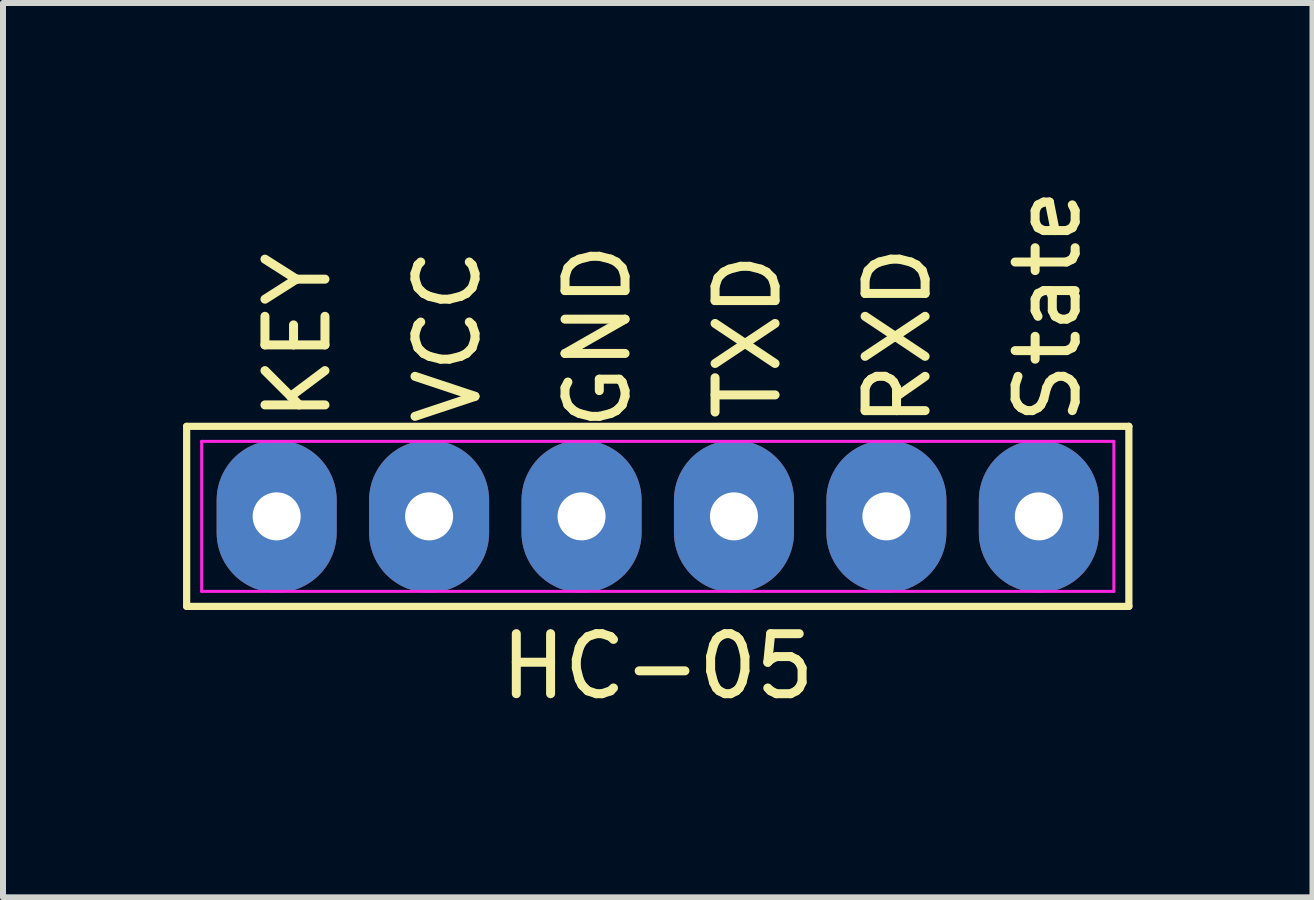
<source format=kicad_pcb>
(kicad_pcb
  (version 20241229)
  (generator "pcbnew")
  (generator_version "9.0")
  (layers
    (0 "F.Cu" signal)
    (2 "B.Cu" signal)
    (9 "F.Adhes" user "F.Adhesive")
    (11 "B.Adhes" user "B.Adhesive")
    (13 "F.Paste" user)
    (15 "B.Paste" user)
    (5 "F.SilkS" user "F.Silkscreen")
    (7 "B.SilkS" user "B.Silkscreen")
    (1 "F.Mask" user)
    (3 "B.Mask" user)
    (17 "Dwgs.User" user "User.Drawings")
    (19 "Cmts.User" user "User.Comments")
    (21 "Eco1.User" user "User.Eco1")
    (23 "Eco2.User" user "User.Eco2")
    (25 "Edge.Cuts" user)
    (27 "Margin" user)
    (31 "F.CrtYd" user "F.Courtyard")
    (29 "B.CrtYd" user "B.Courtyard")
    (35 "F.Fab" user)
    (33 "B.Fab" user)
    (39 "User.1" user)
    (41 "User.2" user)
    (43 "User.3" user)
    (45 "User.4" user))
  (footprint "HC-05"
    (layer "F.Cu")
    (at 7.91 5.554)
    (property "Reference" "HC-05" (at 0 2.5 0) (layer "F.SilkS") (effects (font (size 1 1) (thickness 0.15))))
    (fp_line (start -7.85 -1.5) (end 7.85 -1.5) (stroke (width 0.12) (type solid)) (layer "F.SilkS"))
    (fp_line (start -7.85 1.5) (end -7.85 -1.5) (stroke (width 0.12) (type solid)) (layer "F.SilkS"))
    (fp_line (start 7.85 -1.5) (end 7.85 1.5) (stroke (width 0.12) (type solid)) (layer "F.SilkS"))
    (fp_line (start 7.85 1.5) (end -7.85 1.5) (stroke (width 0.12) (type solid)) (layer "F.SilkS"))
    (fp_line (start -7.6 -1.25) (end 7.6 -1.25) (stroke (width 0.05) (type solid)) (layer "F.CrtYd"))
    (fp_line (start -7.6 1.25) (end -7.6 -1.25) (stroke (width 0.05) (type solid)) (layer "F.CrtYd"))
    (fp_line (start 7.6 -1.25) (end 7.6 1.25) (stroke (width 0.05) (type solid)) (layer "F.CrtYd"))
    (fp_line (start 7.6 1.25) (end -7.6 1.25) (stroke (width 0.05) (type solid)) (layer "F.CrtYd"))
    (fp_text user "State" (at 6.5 -3.5 90) (unlocked yes) (layer "F.SilkS") (effects (font (size 1 1) (thickness 0.15))))
    (fp_text user "RXD" (at 4 -3 90) (unlocked yes) (layer "F.SilkS") (effects (font (size 1 1) (thickness 0.15))))
    (fp_text user "KEY" (at -6 -3 90) (unlocked yes) (layer "F.SilkS") (effects (font (size 1 1) (thickness 0.15))))
    (fp_text user "GND" (at -1 -3 90) (unlocked yes) (layer "F.SilkS") (effects (font (size 1 1) (thickness 0.15))))
    (fp_text user "TXD" (at 1.5 -3 90) (unlocked yes) (layer "F.SilkS") (effects (font (size 1 1) (thickness 0.15))))
    (fp_text user "VCC" (at -3.5 -3 90) (unlocked yes) (layer "F.SilkS") (effects (font (size 1 1) (thickness 0.15))))
    (pad "1" thru_hole oval (at -6.35 0) (size 2 2.54) (drill 0.8) (layers "*.Cu" "*.Mask"))
    (pad "2" thru_hole oval (at -3.81 0) (size 2 2.54) (drill 0.8) (layers "*.Cu" "*.Mask"))
    (pad "3" thru_hole oval (at -1.27 0) (size 2 2.54) (drill 0.8) (layers "*.Cu" "*.Mask"))
    (pad "4" thru_hole oval (at 1.27 0) (size 2 2.54) (drill 0.8) (layers "*.Cu" "*.Mask"))
    (pad "5" thru_hole oval (at 3.81 0) (size 2 2.54) (drill 0.8) (layers "*.Cu" "*.Mask"))
    (pad "6" thru_hole oval (at 6.35 0) (size 2 2.54) (drill 0.8) (layers "*.Cu" "*.Mask")))
  (gr_rect
    (start -3 -3)
    (end 18.82 11.902)
    (stroke (width 0.1) (type default))
    (fill no)
    (layer "Edge.Cuts")))
</source>
